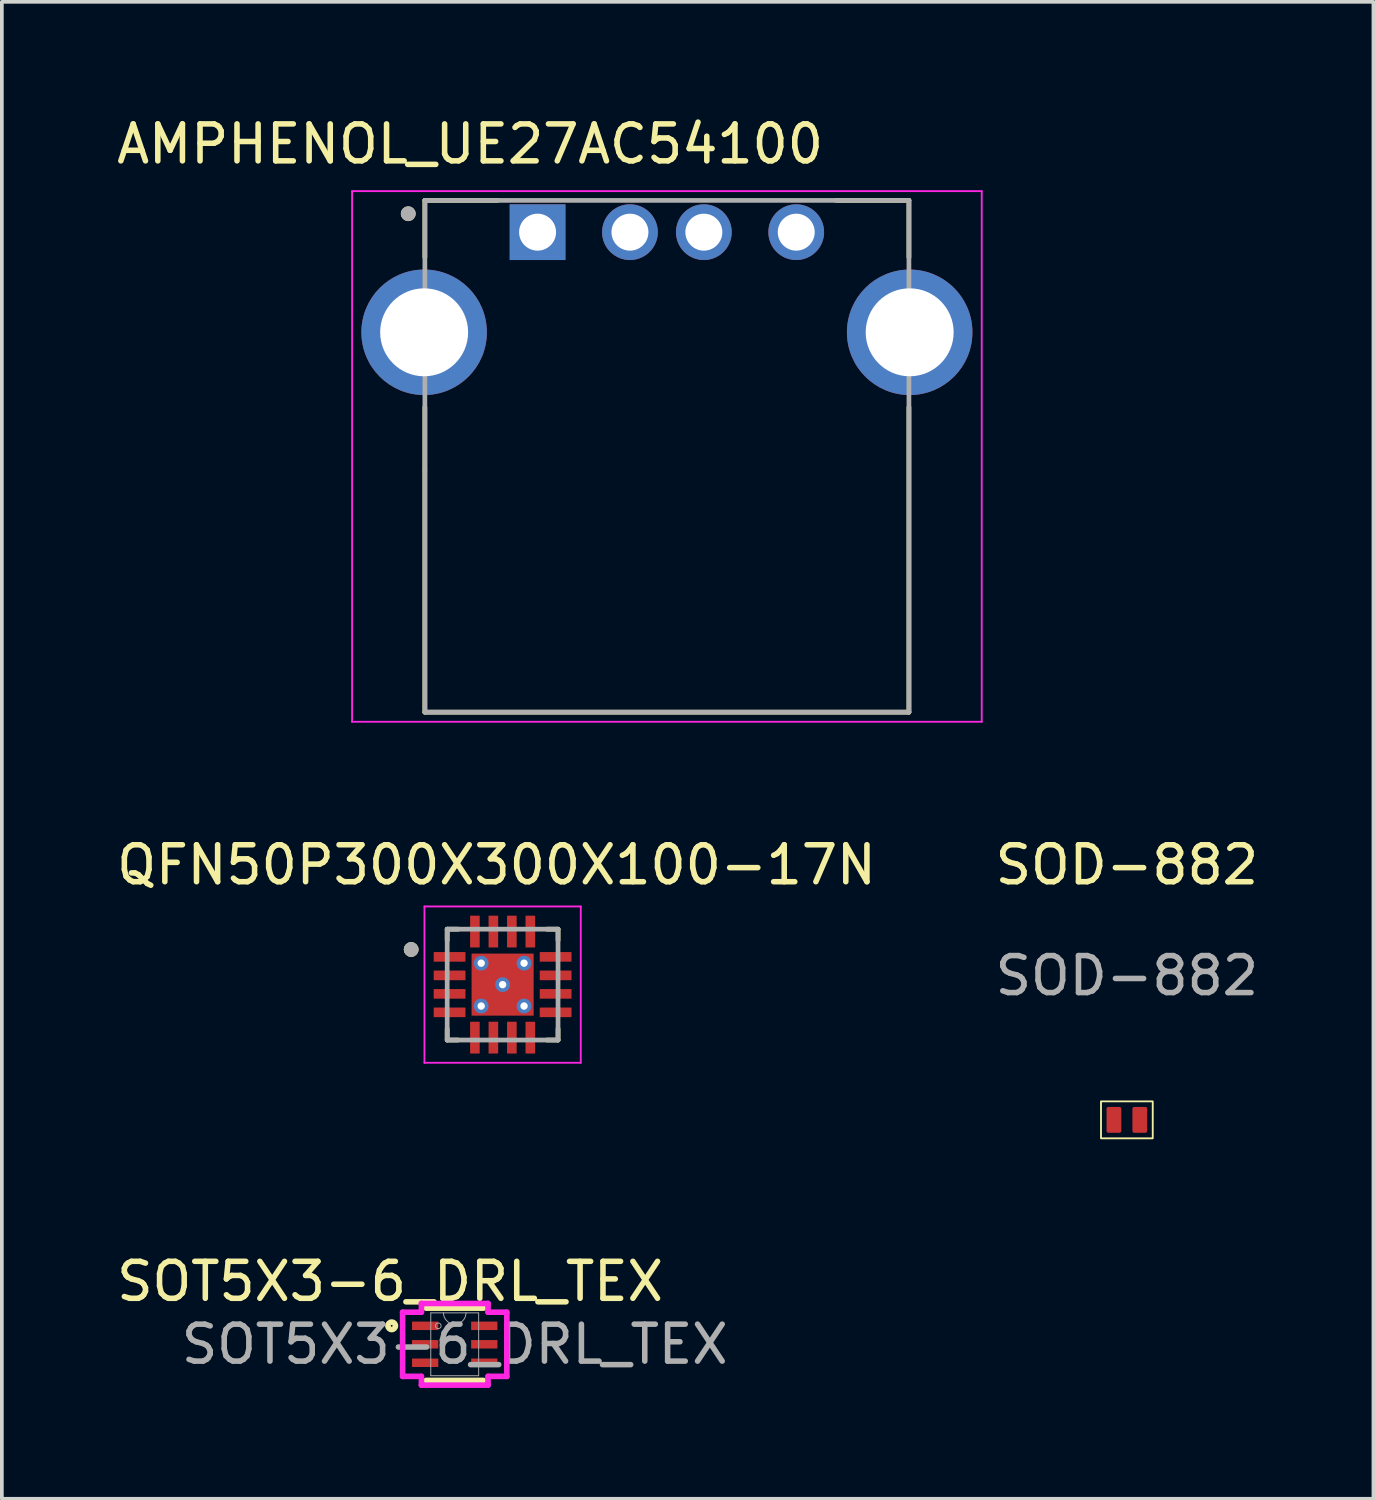
<source format=kicad_pcb>
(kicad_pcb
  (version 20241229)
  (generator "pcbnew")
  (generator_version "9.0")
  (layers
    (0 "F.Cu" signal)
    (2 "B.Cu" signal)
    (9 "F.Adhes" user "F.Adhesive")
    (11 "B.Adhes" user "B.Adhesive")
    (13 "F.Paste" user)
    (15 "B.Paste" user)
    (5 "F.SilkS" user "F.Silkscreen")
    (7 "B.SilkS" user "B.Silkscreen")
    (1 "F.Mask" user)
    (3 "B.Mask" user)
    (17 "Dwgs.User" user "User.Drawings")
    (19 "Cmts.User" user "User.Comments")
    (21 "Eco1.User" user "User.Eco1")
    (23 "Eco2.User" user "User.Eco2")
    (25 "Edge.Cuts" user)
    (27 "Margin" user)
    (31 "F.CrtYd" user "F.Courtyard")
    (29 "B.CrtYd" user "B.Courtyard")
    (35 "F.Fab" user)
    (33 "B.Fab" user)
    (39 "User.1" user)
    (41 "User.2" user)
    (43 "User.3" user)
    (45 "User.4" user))
  (footprint "QFN50P300X300X100-17N"
    (layer "F.Cu")
    (at 10.552 23.596)
    (property "Reference" "QFN50P300X300X100-17N" (at -0.165 -3.24 180) (layer "F.SilkS") (effects (font (size 1 1) (thickness 0.15))))
    (attr smd)
    (fp_line (start -1.5 -1.5) (end -1.5 -1.2) (stroke (width 0.127) (type solid)) (layer "F.SilkS"))
    (fp_line (start -1.5 -1.5) (end -1.2 -1.5) (stroke (width 0.127) (type solid)) (layer "F.SilkS"))
    (fp_line (start -1.5 1.5) (end -1.5 1.2) (stroke (width 0.127) (type solid)) (layer "F.SilkS"))
    (fp_line (start -1.5 1.5) (end -1.2 1.5) (stroke (width 0.127) (type solid)) (layer "F.SilkS"))
    (fp_line (start 1.5 -1.5) (end 1.2 -1.5) (stroke (width 0.127) (type solid)) (layer "F.SilkS"))
    (fp_line (start 1.5 -1.5) (end 1.5 -1.2) (stroke (width 0.127) (type solid)) (layer "F.SilkS"))
    (fp_line (start 1.5 1.5) (end 1.2 1.5) (stroke (width 0.127) (type solid)) (layer "F.SilkS"))
    (fp_line (start 1.5 1.5) (end 1.5 1.2) (stroke (width 0.127) (type solid)) (layer "F.SilkS"))
    (fp_circle (center -2.475 -0.95) (end -2.375 -0.95) (stroke (width 0.2) (type solid)) (fill no) (layer "F.SilkS"))
    (fp_poly (pts (xy -0.53 -0.53) (xy 0.53 -0.53) (xy 0.53 0.53) (xy -0.53 0.53)) (stroke (width 0.01) (type solid)) (fill yes) (layer "F.Paste"))
    (fp_line (start -2.115 -2.115) (end 2.115 -2.115) (stroke (width 0.05) (type solid)) (layer "F.CrtYd"))
    (fp_line (start -2.115 2.115) (end -2.115 -2.115) (stroke (width 0.05) (type solid)) (layer "F.CrtYd"))
    (fp_line (start -2.115 2.115) (end 2.115 2.115) (stroke (width 0.05) (type solid)) (layer "F.CrtYd"))
    (fp_line (start 2.115 2.115) (end 2.115 -2.115) (stroke (width 0.05) (type solid)) (layer "F.CrtYd"))
    (fp_line (start -1.5 1.5) (end -1.5 -1.5) (stroke (width 0.127) (type solid)) (layer "F.Fab"))
    (fp_line (start 1.5 -1.5) (end -1.5 -1.5) (stroke (width 0.127) (type solid)) (layer "F.Fab"))
    (fp_line (start 1.5 1.5) (end -1.5 1.5) (stroke (width 0.127) (type solid)) (layer "F.Fab"))
    (fp_line (start 1.5 1.5) (end 1.5 -1.5) (stroke (width 0.127) (type solid)) (layer "F.Fab"))
    (fp_circle (center -2.475 -0.95) (end -2.375 -0.95) (stroke (width 0.2) (type solid)) (fill no) (layer "F.Fab"))
    (pad "1" smd roundrect (at -1.435 -0.75) (size 0.86 0.26) (layers "F.Cu" "F.Mask" "F.Paste") (roundrect_rratio 0.03))
    (pad "2" smd roundrect (at -1.435 -0.25) (size 0.86 0.26) (layers "F.Cu" "F.Mask" "F.Paste") (roundrect_rratio 0.03))
    (pad "3" smd roundrect (at -1.435 0.25) (size 0.86 0.26) (layers "F.Cu" "F.Mask" "F.Paste") (roundrect_rratio 0.03))
    (pad "4" smd roundrect (at -1.435 0.75) (size 0.86 0.26) (layers "F.Cu" "F.Mask" "F.Paste") (roundrect_rratio 0.03))
    (pad "5" smd roundrect (at -0.75 1.435 90) (size 0.86 0.26) (layers "F.Cu" "F.Mask" "F.Paste") (roundrect_rratio 0.03))
    (pad "6" smd roundrect (at -0.25 1.435 90) (size 0.86 0.26) (layers "F.Cu" "F.Mask" "F.Paste") (roundrect_rratio 0.03))
    (pad "7" smd roundrect (at 0.25 1.435 90) (size 0.86 0.26) (layers "F.Cu" "F.Mask" "F.Paste") (roundrect_rratio 0.03))
    (pad "8" smd roundrect (at 0.75 1.435 90) (size 0.86 0.26) (layers "F.Cu" "F.Mask" "F.Paste") (roundrect_rratio 0.03))
    (pad "9" smd roundrect (at 1.435 0.75) (size 0.86 0.26) (layers "F.Cu" "F.Mask" "F.Paste") (roundrect_rratio 0.03))
    (pad "10" smd roundrect (at 1.435 0.25) (size 0.86 0.26) (layers "F.Cu" "F.Mask" "F.Paste") (roundrect_rratio 0.03))
    (pad "11" smd roundrect (at 1.435 -0.25) (size 0.86 0.26) (layers "F.Cu" "F.Mask" "F.Paste") (roundrect_rratio 0.03))
    (pad "12" smd roundrect (at 1.435 -0.75) (size 0.86 0.26) (layers "F.Cu" "F.Mask" "F.Paste") (roundrect_rratio 0.03))
    (pad "13" smd roundrect (at 0.75 -1.435 90) (size 0.86 0.26) (layers "F.Cu" "F.Mask" "F.Paste") (roundrect_rratio 0.03))
    (pad "14" smd roundrect (at 0.25 -1.435 90) (size 0.86 0.26) (layers "F.Cu" "F.Mask" "F.Paste") (roundrect_rratio 0.03))
    (pad "15" smd roundrect (at -0.25 -1.435 90) (size 0.86 0.26) (layers "F.Cu" "F.Mask" "F.Paste") (roundrect_rratio 0.03))
    (pad "16" smd roundrect (at -0.75 -1.435 90) (size 0.86 0.26) (layers "F.Cu" "F.Mask" "F.Paste") (roundrect_rratio 0.03))
    (pad "17" thru_hole circle (at -0.58 -0.58) (size 0.4 0.4) (drill 0.2) (layers "*.Cu"))
    (pad "17" thru_hole circle (at -0.58 0.58) (size 0.4 0.4) (drill 0.2) (layers "*.Cu"))
    (pad "17" thru_hole circle (at 0 0) (size 0.4 0.4) (drill 0.2) (layers "*.Cu"))
    (pad "17" smd rect (at 0 0) (size 1.68 1.68) (layers "F.Cu" "F.Mask"))
    (pad "17" thru_hole circle (at 0.58 -0.58) (size 0.4 0.4) (drill 0.2) (layers "*.Cu"))
    (pad "17" thru_hole circle (at 0.58 0.58) (size 0.4 0.4) (drill 0.2) (layers "*.Cu")))
  (footprint "SOT5X3-6_DRL_TEX"
    (layer "F.Cu")
    (at 9.256 33.33)
    (property "Reference" "SOT5X3-6_DRL_TEX" (at -1.75 -1.7 0) (unlocked yes) (layer "F.SilkS") (effects (font (size 1 1) (thickness 0.15))))
    (attr smd)
    (fp_line (start -0.775 0.978) (end 0.775 0.978) (stroke (width 0.152) (type solid)) (layer "F.SilkS"))
    (fp_line (start 0.775 -0.978) (end -0.775 -0.978) (stroke (width 0.152) (type solid)) (layer "F.SilkS"))
    (fp_circle (center -1.706 -0.5) (end -1.605 -0.5) (stroke (width 0.152) (type solid)) (fill no) (layer "F.SilkS"))
    (fp_line (start -1.41 -0.868) (end -0.902 -0.868) (stroke (width 0.152) (type solid)) (layer "F.CrtYd"))
    (fp_line (start -1.41 0.868) (end -1.41 -0.868) (stroke (width 0.152) (type solid)) (layer "F.CrtYd"))
    (fp_line (start -1.41 0.868) (end -0.902 0.868) (stroke (width 0.152) (type solid)) (layer "F.CrtYd"))
    (fp_line (start -0.902 -1.105) (end 0.902 -1.105) (stroke (width 0.152) (type solid)) (layer "F.CrtYd"))
    (fp_line (start -0.902 -0.868) (end -0.902 -1.105) (stroke (width 0.152) (type solid)) (layer "F.CrtYd"))
    (fp_line (start -0.902 1.105) (end -0.902 0.868) (stroke (width 0.152) (type solid)) (layer "F.CrtYd"))
    (fp_line (start 0.902 -1.105) (end 0.902 -0.868) (stroke (width 0.152) (type solid)) (layer "F.CrtYd"))
    (fp_line (start 0.902 0.868) (end 0.902 1.105) (stroke (width 0.152) (type solid)) (layer "F.CrtYd"))
    (fp_line (start 0.902 1.105) (end -0.902 1.105) (stroke (width 0.152) (type solid)) (layer "F.CrtYd"))
    (fp_line (start 1.41 -0.868) (end 0.902 -0.868) (stroke (width 0.152) (type solid)) (layer "F.CrtYd"))
    (fp_line (start 1.41 -0.868) (end 1.41 0.868) (stroke (width 0.152) (type solid)) (layer "F.CrtYd"))
    (fp_line (start 1.41 0.868) (end 0.902 0.868) (stroke (width 0.152) (type solid)) (layer "F.CrtYd"))
    (fp_line (start -0.648 -0.851) (end -0.648 0.851) (stroke (width 0.025) (type solid)) (layer "F.Fab"))
    (fp_line (start -0.648 0.851) (end 0.648 0.851) (stroke (width 0.025) (type solid)) (layer "F.Fab"))
    (fp_line (start 0.648 -0.851) (end -0.648 -0.851) (stroke (width 0.025) (type solid)) (layer "F.Fab"))
    (fp_line (start 0.648 0.851) (end 0.648 -0.851) (stroke (width 0.025) (type solid)) (layer "F.Fab"))
    (fp_arc (start 0.3048 -0.8509) (mid 0 -0.5461) (end -0.3048 -0.8509) (stroke (width 0.0254) (type solid)) (layer "F.Fab"))
    (fp_circle (center -0.445 -0.5) (end -0.368 -0.5) (stroke (width 0.025) (type solid)) (fill no) (layer "F.Fab"))
    (fp_text user "${REFERENCE}" (at 0 0 0) (unlocked yes) (layer "F.Fab") (effects (font (size 1 1) (thickness 0.15))))
    (pad "1" smd rect (at -0.8 -0.5) (size 0.711 0.229) (layers "F.Cu" "F.Mask" "F.Paste"))
    (pad "2" smd rect (at -0.8 0) (size 0.711 0.229) (layers "F.Cu" "F.Mask" "F.Paste"))
    (pad "3" smd rect (at -0.8 0.5) (size 0.711 0.229) (layers "F.Cu" "F.Mask" "F.Paste"))
    (pad "4" smd rect (at 0.8 0.5) (size 0.711 0.229) (layers "F.Cu" "F.Mask" "F.Paste"))
    (pad "5" smd rect (at 0.8 0) (size 0.711 0.229) (layers "F.Cu" "F.Mask" "F.Paste"))
    (pad "6" smd rect (at 0.8 -0.5) (size 0.711 0.229) (layers "F.Cu" "F.Mask" "F.Paste")))
  (footprint "AMPHENOL_UE27AC54100"
    (layer "F.Cu")
    (at 14.998 3.233)
    (property "Reference" "AMPHENOL_UE27AC54100" (at -5.325 -2.385 0) (layer "F.SilkS") (effects (font (size 1 1) (thickness 0.15))))
    (attr through_hole)
    (fp_line (start -6.55 -0.86) (end -4.58 -0.86) (stroke (width 0.127) (type solid)) (layer "F.SilkS"))
    (fp_line (start -6.55 0.68) (end -6.55 -0.86) (stroke (width 0.127) (type solid)) (layer "F.SilkS"))
    (fp_line (start -6.55 4.74) (end -6.55 12.99) (stroke (width 0.127) (type solid)) (layer "F.SilkS"))
    (fp_line (start -6.55 12.99) (end 6.55 12.99) (stroke (width 0.127) (type solid)) (layer "F.SilkS"))
    (fp_line (start 4.58 -0.86) (end 6.55 -0.86) (stroke (width 0.127) (type solid)) (layer "F.SilkS"))
    (fp_line (start 6.55 -0.86) (end 6.55 0.68) (stroke (width 0.127) (type solid)) (layer "F.SilkS"))
    (fp_line (start 6.55 12.99) (end 6.55 4.74) (stroke (width 0.127) (type solid)) (layer "F.SilkS"))
    (fp_circle (center -7 -0.5) (end -6.9 -0.5) (stroke (width 0.2) (type solid)) (fill no) (layer "F.SilkS"))
    (fp_line (start -8.52 -1.11) (end -8.52 13.25) (stroke (width 0.05) (type solid)) (layer "F.CrtYd"))
    (fp_line (start -8.52 13.25) (end 8.52 13.25) (stroke (width 0.05) (type solid)) (layer "F.CrtYd"))
    (fp_line (start 8.52 -1.11) (end -8.52 -1.11) (stroke (width 0.05) (type solid)) (layer "F.CrtYd"))
    (fp_line (start 8.52 13.25) (end 8.52 -1.11) (stroke (width 0.05) (type solid)) (layer "F.CrtYd"))
    (fp_line (start -6.55 -0.86) (end 6.55 -0.86) (stroke (width 0.127) (type solid)) (layer "F.Fab"))
    (fp_line (start -6.55 6.44) (end -6.55 -0.86) (stroke (width 0.127) (type solid)) (layer "F.Fab"))
    (fp_line (start -6.55 12.99) (end -6.55 6.44) (stroke (width 0.127) (type solid)) (layer "F.Fab"))
    (fp_line (start 6.55 -0.86) (end 6.55 12.99) (stroke (width 0.127) (type solid)) (layer "F.Fab"))
    (fp_line (start 6.55 12.99) (end -6.55 12.99) (stroke (width 0.127) (type solid)) (layer "F.Fab"))
    (fp_circle (center -7 -0.5) (end -6.9 -0.5) (stroke (width 0.2) (type solid)) (fill no) (layer "F.Fab"))
    (pad "1" thru_hole rect (at -3.5 0) (size 1.508 1.508) (drill 1) (layers "*.Cu" "*.Mask"))
    (pad "2" thru_hole circle (at -1 0) (size 1.508 1.508) (drill 1) (layers "*.Cu" "*.Mask"))
    (pad "3" thru_hole circle (at 1 0) (size 1.508 1.508) (drill 1) (layers "*.Cu" "*.Mask"))
    (pad "4" thru_hole circle (at 3.5 0) (size 1.508 1.508) (drill 1) (layers "*.Cu" "*.Mask"))
    (pad "S1" thru_hole circle (at -6.57 2.71) (size 3.396 3.396) (drill 2.38) (layers "*.Cu" "*.Mask"))
    (pad "S2" thru_hole circle (at 6.57 2.71) (size 3.396 3.396) (drill 2.38) (layers "*.Cu" "*.Mask")))
  (footprint "SOD-882"
    (layer "F.Cu")
    (at 27.446 27.256)
    (property "Reference" "SOD-882" (at 0 -6.9 0) (unlocked yes) (layer "F.SilkS") (effects (font (size 1 1) (thickness 0.15))))
    (attr smd)
    (fp_rect (start -0.7 -0.5) (end 0.7 0.5) (stroke (width 0.05) (type default)) (fill no) (layer "F.SilkS"))
    (fp_text user "${REFERENCE}" (at 0 -3.9 0) (unlocked yes) (layer "F.Fab") (effects (font (size 1 1) (thickness 0.15))))
    (pad "1" smd roundrect (at -0.35 0 180) (size 0.4 0.7) (layers "F.Cu" "F.Mask" "F.Paste") (roundrect_rratio 0.125))
    (pad "2" smd roundrect (at 0.35 0 180) (size 0.4 0.7) (layers "F.Cu" "F.Mask" "F.Paste") (roundrect_rratio 0.125)))
  (gr_rect
    (start -3 -3)
    (end 34.119 37.511)
    (stroke (width 0.1) (type default))
    (fill no)
    (layer "Edge.Cuts")))
</source>
